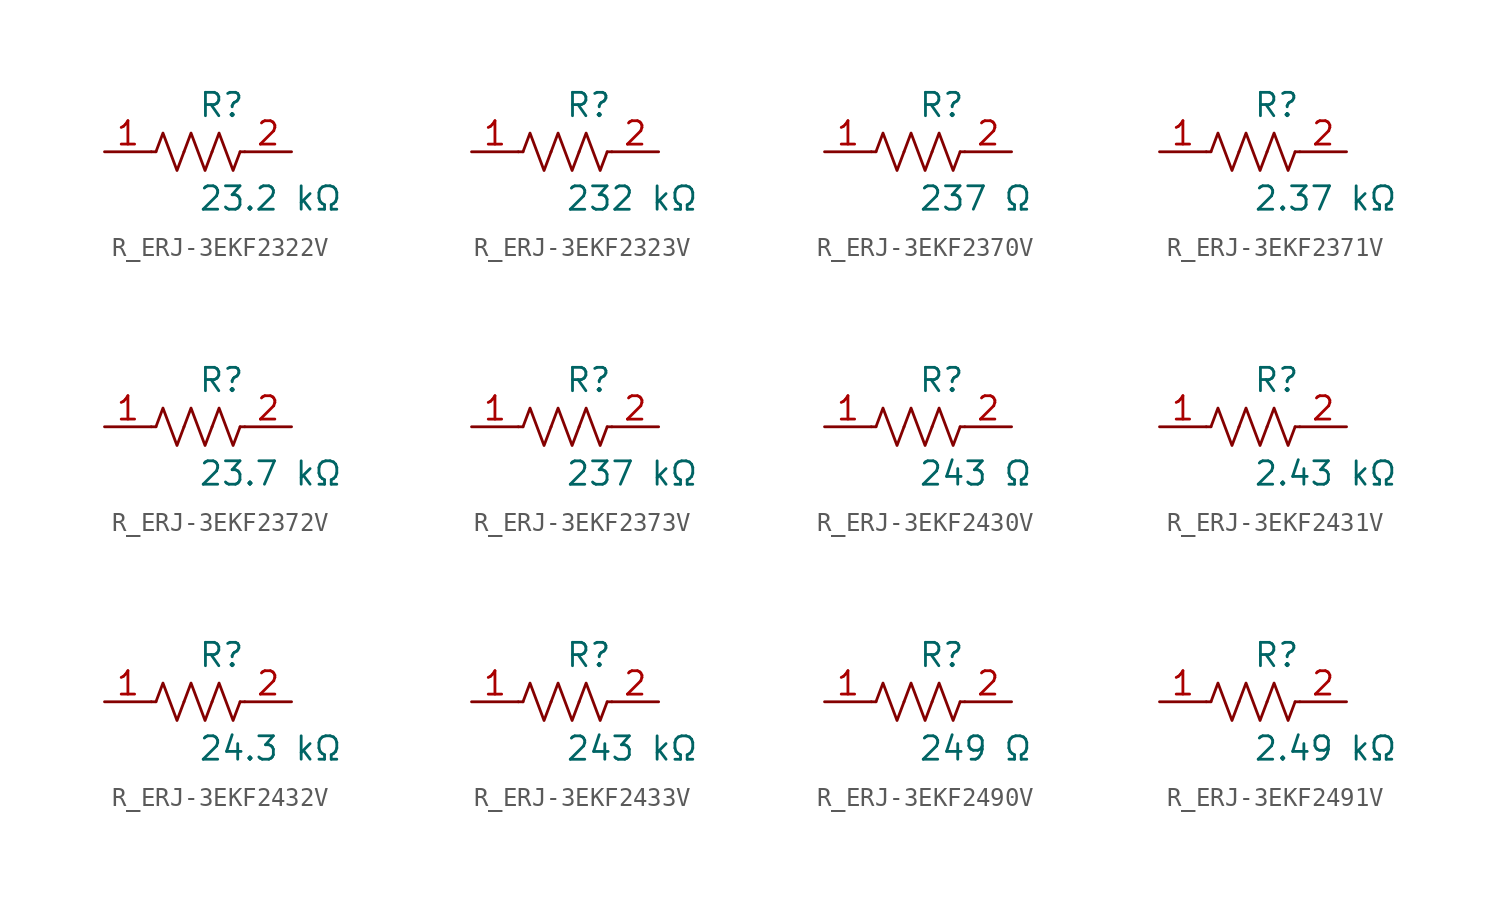
<source format=kicad_sym>
(kicad_symbol_lib
  (version 20231120)
  (generator "kicad_symbol_editor")
  (generator_version "8.0")
  (symbol "R_ERJ-3EKF2322V"
    (pin_names
      (offset 0.254))
    (property "Reference" "R"
      (at 0 2.54 0)
      (effects (font (size 1.27 1.27)) (justify left)))
    (property "Value" "23.2 kΩ"
      (at 0 -2.54 0)
      (effects (font (size 1.27 1.27)) (justify left)))
    (symbol "R_ERJ-3EKF2322V_0_1"
      (polyline (pts (xy 2.286 0) (xy 2.54 0)) (stroke (width 0) (type default)) (fill (type none)))
      (polyline (pts (xy -2.286 0) (xy -2.54 0)) (stroke (width 0) (type default)) (fill (type none)))
      (polyline (pts (xy 0.762 0) (xy 1.143 1.016) (xy 1.524 0) (xy 1.905 -1.016) (xy 2.286 0)) (stroke (width 0) (type default)) (fill (type none)))
      (polyline (pts (xy -0.762 0) (xy -0.381 1.016) (xy 0 0) (xy 0.381 -1.016) (xy 0.762 0)) (stroke (width 0) (type default)) (fill (type none)))
      (polyline (pts (xy -2.286 0) (xy -1.905 1.016) (xy -1.524 0) (xy -1.143 -1.016) (xy -0.762 0)) (stroke (width 0) (type default)) (fill (type none))))
    (pin unspecified line
      (at -5.08 0 0)
      (length 2.54)
      (name "" (effects (font (size 1.27 1.27))))
      (number "1" (effects (font (size 1.27 1.27)))))
    (pin unspecified line
      (at 5.08 0 180)
      (length 2.54)
      (name "" (effects (font (size 1.27 1.27))))
      (number "2" (effects (font (size 1.27 1.27))))))
  (symbol "R_ERJ-3EKF2323V"
    (pin_names
      (offset 0.254))
    (property "Reference" "R"
      (at 0 2.54 0)
      (effects (font (size 1.27 1.27)) (justify left)))
    (property "Value" "232 kΩ"
      (at 0 -2.54 0)
      (effects (font (size 1.27 1.27)) (justify left)))
    (symbol "R_ERJ-3EKF2323V_0_1"
      (polyline (pts (xy 2.286 0) (xy 2.54 0)) (stroke (width 0) (type default)) (fill (type none)))
      (polyline (pts (xy -2.286 0) (xy -2.54 0)) (stroke (width 0) (type default)) (fill (type none)))
      (polyline (pts (xy 0.762 0) (xy 1.143 1.016) (xy 1.524 0) (xy 1.905 -1.016) (xy 2.286 0)) (stroke (width 0) (type default)) (fill (type none)))
      (polyline (pts (xy -0.762 0) (xy -0.381 1.016) (xy 0 0) (xy 0.381 -1.016) (xy 0.762 0)) (stroke (width 0) (type default)) (fill (type none)))
      (polyline (pts (xy -2.286 0) (xy -1.905 1.016) (xy -1.524 0) (xy -1.143 -1.016) (xy -0.762 0)) (stroke (width 0) (type default)) (fill (type none))))
    (pin unspecified line
      (at -5.08 0 0)
      (length 2.54)
      (name "" (effects (font (size 1.27 1.27))))
      (number "1" (effects (font (size 1.27 1.27)))))
    (pin unspecified line
      (at 5.08 0 180)
      (length 2.54)
      (name "" (effects (font (size 1.27 1.27))))
      (number "2" (effects (font (size 1.27 1.27))))))
  (symbol "R_ERJ-3EKF2370V"
    (pin_names
      (offset 0.254))
    (property "Reference" "R"
      (at 0 2.54 0)
      (effects (font (size 1.27 1.27)) (justify left)))
    (property "Value" "237 Ω"
      (at 0 -2.54 0)
      (effects (font (size 1.27 1.27)) (justify left)))
    (symbol "R_ERJ-3EKF2370V_0_1"
      (polyline (pts (xy 2.286 0) (xy 2.54 0)) (stroke (width 0) (type default)) (fill (type none)))
      (polyline (pts (xy -2.286 0) (xy -2.54 0)) (stroke (width 0) (type default)) (fill (type none)))
      (polyline (pts (xy 0.762 0) (xy 1.143 1.016) (xy 1.524 0) (xy 1.905 -1.016) (xy 2.286 0)) (stroke (width 0) (type default)) (fill (type none)))
      (polyline (pts (xy -0.762 0) (xy -0.381 1.016) (xy 0 0) (xy 0.381 -1.016) (xy 0.762 0)) (stroke (width 0) (type default)) (fill (type none)))
      (polyline (pts (xy -2.286 0) (xy -1.905 1.016) (xy -1.524 0) (xy -1.143 -1.016) (xy -0.762 0)) (stroke (width 0) (type default)) (fill (type none))))
    (pin unspecified line
      (at -5.08 0 0)
      (length 2.54)
      (name "" (effects (font (size 1.27 1.27))))
      (number "1" (effects (font (size 1.27 1.27)))))
    (pin unspecified line
      (at 5.08 0 180)
      (length 2.54)
      (name "" (effects (font (size 1.27 1.27))))
      (number "2" (effects (font (size 1.27 1.27))))))
  (symbol "R_ERJ-3EKF2371V"
    (pin_names
      (offset 0.254))
    (property "Reference" "R"
      (at 0 2.54 0)
      (effects (font (size 1.27 1.27)) (justify left)))
    (property "Value" "2.37 kΩ"
      (at 0 -2.54 0)
      (effects (font (size 1.27 1.27)) (justify left)))
    (symbol "R_ERJ-3EKF2371V_0_1"
      (polyline (pts (xy 2.286 0) (xy 2.54 0)) (stroke (width 0) (type default)) (fill (type none)))
      (polyline (pts (xy -2.286 0) (xy -2.54 0)) (stroke (width 0) (type default)) (fill (type none)))
      (polyline (pts (xy 0.762 0) (xy 1.143 1.016) (xy 1.524 0) (xy 1.905 -1.016) (xy 2.286 0)) (stroke (width 0) (type default)) (fill (type none)))
      (polyline (pts (xy -0.762 0) (xy -0.381 1.016) (xy 0 0) (xy 0.381 -1.016) (xy 0.762 0)) (stroke (width 0) (type default)) (fill (type none)))
      (polyline (pts (xy -2.286 0) (xy -1.905 1.016) (xy -1.524 0) (xy -1.143 -1.016) (xy -0.762 0)) (stroke (width 0) (type default)) (fill (type none))))
    (pin unspecified line
      (at -5.08 0 0)
      (length 2.54)
      (name "" (effects (font (size 1.27 1.27))))
      (number "1" (effects (font (size 1.27 1.27)))))
    (pin unspecified line
      (at 5.08 0 180)
      (length 2.54)
      (name "" (effects (font (size 1.27 1.27))))
      (number "2" (effects (font (size 1.27 1.27))))))
  (symbol "R_ERJ-3EKF2372V"
    (pin_names
      (offset 0.254))
    (property "Reference" "R"
      (at 0 2.54 0)
      (effects (font (size 1.27 1.27)) (justify left)))
    (property "Value" "23.7 kΩ"
      (at 0 -2.54 0)
      (effects (font (size 1.27 1.27)) (justify left)))
    (symbol "R_ERJ-3EKF2372V_0_1"
      (polyline (pts (xy 2.286 0) (xy 2.54 0)) (stroke (width 0) (type default)) (fill (type none)))
      (polyline (pts (xy -2.286 0) (xy -2.54 0)) (stroke (width 0) (type default)) (fill (type none)))
      (polyline (pts (xy 0.762 0) (xy 1.143 1.016) (xy 1.524 0) (xy 1.905 -1.016) (xy 2.286 0)) (stroke (width 0) (type default)) (fill (type none)))
      (polyline (pts (xy -0.762 0) (xy -0.381 1.016) (xy 0 0) (xy 0.381 -1.016) (xy 0.762 0)) (stroke (width 0) (type default)) (fill (type none)))
      (polyline (pts (xy -2.286 0) (xy -1.905 1.016) (xy -1.524 0) (xy -1.143 -1.016) (xy -0.762 0)) (stroke (width 0) (type default)) (fill (type none))))
    (pin unspecified line
      (at -5.08 0 0)
      (length 2.54)
      (name "" (effects (font (size 1.27 1.27))))
      (number "1" (effects (font (size 1.27 1.27)))))
    (pin unspecified line
      (at 5.08 0 180)
      (length 2.54)
      (name "" (effects (font (size 1.27 1.27))))
      (number "2" (effects (font (size 1.27 1.27))))))
  (symbol "R_ERJ-3EKF2373V"
    (pin_names
      (offset 0.254))
    (property "Reference" "R"
      (at 0 2.54 0)
      (effects (font (size 1.27 1.27)) (justify left)))
    (property "Value" "237 kΩ"
      (at 0 -2.54 0)
      (effects (font (size 1.27 1.27)) (justify left)))
    (symbol "R_ERJ-3EKF2373V_0_1"
      (polyline (pts (xy 2.286 0) (xy 2.54 0)) (stroke (width 0) (type default)) (fill (type none)))
      (polyline (pts (xy -2.286 0) (xy -2.54 0)) (stroke (width 0) (type default)) (fill (type none)))
      (polyline (pts (xy 0.762 0) (xy 1.143 1.016) (xy 1.524 0) (xy 1.905 -1.016) (xy 2.286 0)) (stroke (width 0) (type default)) (fill (type none)))
      (polyline (pts (xy -0.762 0) (xy -0.381 1.016) (xy 0 0) (xy 0.381 -1.016) (xy 0.762 0)) (stroke (width 0) (type default)) (fill (type none)))
      (polyline (pts (xy -2.286 0) (xy -1.905 1.016) (xy -1.524 0) (xy -1.143 -1.016) (xy -0.762 0)) (stroke (width 0) (type default)) (fill (type none))))
    (pin unspecified line
      (at -5.08 0 0)
      (length 2.54)
      (name "" (effects (font (size 1.27 1.27))))
      (number "1" (effects (font (size 1.27 1.27)))))
    (pin unspecified line
      (at 5.08 0 180)
      (length 2.54)
      (name "" (effects (font (size 1.27 1.27))))
      (number "2" (effects (font (size 1.27 1.27))))))
  (symbol "R_ERJ-3EKF2430V"
    (pin_names
      (offset 0.254))
    (property "Reference" "R"
      (at 0 2.54 0)
      (effects (font (size 1.27 1.27)) (justify left)))
    (property "Value" "243 Ω"
      (at 0 -2.54 0)
      (effects (font (size 1.27 1.27)) (justify left)))
    (symbol "R_ERJ-3EKF2430V_0_1"
      (polyline (pts (xy 2.286 0) (xy 2.54 0)) (stroke (width 0) (type default)) (fill (type none)))
      (polyline (pts (xy -2.286 0) (xy -2.54 0)) (stroke (width 0) (type default)) (fill (type none)))
      (polyline (pts (xy 0.762 0) (xy 1.143 1.016) (xy 1.524 0) (xy 1.905 -1.016) (xy 2.286 0)) (stroke (width 0) (type default)) (fill (type none)))
      (polyline (pts (xy -0.762 0) (xy -0.381 1.016) (xy 0 0) (xy 0.381 -1.016) (xy 0.762 0)) (stroke (width 0) (type default)) (fill (type none)))
      (polyline (pts (xy -2.286 0) (xy -1.905 1.016) (xy -1.524 0) (xy -1.143 -1.016) (xy -0.762 0)) (stroke (width 0) (type default)) (fill (type none))))
    (pin unspecified line
      (at -5.08 0 0)
      (length 2.54)
      (name "" (effects (font (size 1.27 1.27))))
      (number "1" (effects (font (size 1.27 1.27)))))
    (pin unspecified line
      (at 5.08 0 180)
      (length 2.54)
      (name "" (effects (font (size 1.27 1.27))))
      (number "2" (effects (font (size 1.27 1.27))))))
  (symbol "R_ERJ-3EKF2431V"
    (pin_names
      (offset 0.254))
    (property "Reference" "R"
      (at 0 2.54 0)
      (effects (font (size 1.27 1.27)) (justify left)))
    (property "Value" "2.43 kΩ"
      (at 0 -2.54 0)
      (effects (font (size 1.27 1.27)) (justify left)))
    (symbol "R_ERJ-3EKF2431V_0_1"
      (polyline (pts (xy 2.286 0) (xy 2.54 0)) (stroke (width 0) (type default)) (fill (type none)))
      (polyline (pts (xy -2.286 0) (xy -2.54 0)) (stroke (width 0) (type default)) (fill (type none)))
      (polyline (pts (xy 0.762 0) (xy 1.143 1.016) (xy 1.524 0) (xy 1.905 -1.016) (xy 2.286 0)) (stroke (width 0) (type default)) (fill (type none)))
      (polyline (pts (xy -0.762 0) (xy -0.381 1.016) (xy 0 0) (xy 0.381 -1.016) (xy 0.762 0)) (stroke (width 0) (type default)) (fill (type none)))
      (polyline (pts (xy -2.286 0) (xy -1.905 1.016) (xy -1.524 0) (xy -1.143 -1.016) (xy -0.762 0)) (stroke (width 0) (type default)) (fill (type none))))
    (pin unspecified line
      (at -5.08 0 0)
      (length 2.54)
      (name "" (effects (font (size 1.27 1.27))))
      (number "1" (effects (font (size 1.27 1.27)))))
    (pin unspecified line
      (at 5.08 0 180)
      (length 2.54)
      (name "" (effects (font (size 1.27 1.27))))
      (number "2" (effects (font (size 1.27 1.27))))))
  (symbol "R_ERJ-3EKF2432V"
    (pin_names
      (offset 0.254))
    (property "Reference" "R"
      (at 0 2.54 0)
      (effects (font (size 1.27 1.27)) (justify left)))
    (property "Value" "24.3 kΩ"
      (at 0 -2.54 0)
      (effects (font (size 1.27 1.27)) (justify left)))
    (symbol "R_ERJ-3EKF2432V_0_1"
      (polyline (pts (xy 2.286 0) (xy 2.54 0)) (stroke (width 0) (type default)) (fill (type none)))
      (polyline (pts (xy -2.286 0) (xy -2.54 0)) (stroke (width 0) (type default)) (fill (type none)))
      (polyline (pts (xy 0.762 0) (xy 1.143 1.016) (xy 1.524 0) (xy 1.905 -1.016) (xy 2.286 0)) (stroke (width 0) (type default)) (fill (type none)))
      (polyline (pts (xy -0.762 0) (xy -0.381 1.016) (xy 0 0) (xy 0.381 -1.016) (xy 0.762 0)) (stroke (width 0) (type default)) (fill (type none)))
      (polyline (pts (xy -2.286 0) (xy -1.905 1.016) (xy -1.524 0) (xy -1.143 -1.016) (xy -0.762 0)) (stroke (width 0) (type default)) (fill (type none))))
    (pin unspecified line
      (at -5.08 0 0)
      (length 2.54)
      (name "" (effects (font (size 1.27 1.27))))
      (number "1" (effects (font (size 1.27 1.27)))))
    (pin unspecified line
      (at 5.08 0 180)
      (length 2.54)
      (name "" (effects (font (size 1.27 1.27))))
      (number "2" (effects (font (size 1.27 1.27))))))
  (symbol "R_ERJ-3EKF2433V"
    (pin_names
      (offset 0.254))
    (property "Reference" "R"
      (at 0 2.54 0)
      (effects (font (size 1.27 1.27)) (justify left)))
    (property "Value" "243 kΩ"
      (at 0 -2.54 0)
      (effects (font (size 1.27 1.27)) (justify left)))
    (symbol "R_ERJ-3EKF2433V_0_1"
      (polyline (pts (xy 2.286 0) (xy 2.54 0)) (stroke (width 0) (type default)) (fill (type none)))
      (polyline (pts (xy -2.286 0) (xy -2.54 0)) (stroke (width 0) (type default)) (fill (type none)))
      (polyline (pts (xy 0.762 0) (xy 1.143 1.016) (xy 1.524 0) (xy 1.905 -1.016) (xy 2.286 0)) (stroke (width 0) (type default)) (fill (type none)))
      (polyline (pts (xy -0.762 0) (xy -0.381 1.016) (xy 0 0) (xy 0.381 -1.016) (xy 0.762 0)) (stroke (width 0) (type default)) (fill (type none)))
      (polyline (pts (xy -2.286 0) (xy -1.905 1.016) (xy -1.524 0) (xy -1.143 -1.016) (xy -0.762 0)) (stroke (width 0) (type default)) (fill (type none))))
    (pin unspecified line
      (at -5.08 0 0)
      (length 2.54)
      (name "" (effects (font (size 1.27 1.27))))
      (number "1" (effects (font (size 1.27 1.27)))))
    (pin unspecified line
      (at 5.08 0 180)
      (length 2.54)
      (name "" (effects (font (size 1.27 1.27))))
      (number "2" (effects (font (size 1.27 1.27))))))
  (symbol "R_ERJ-3EKF2490V"
    (pin_names
      (offset 0.254))
    (property "Reference" "R"
      (at 0 2.54 0)
      (effects (font (size 1.27 1.27)) (justify left)))
    (property "Value" "249 Ω"
      (at 0 -2.54 0)
      (effects (font (size 1.27 1.27)) (justify left)))
    (symbol "R_ERJ-3EKF2490V_0_1"
      (polyline (pts (xy 2.286 0) (xy 2.54 0)) (stroke (width 0) (type default)) (fill (type none)))
      (polyline (pts (xy -2.286 0) (xy -2.54 0)) (stroke (width 0) (type default)) (fill (type none)))
      (polyline (pts (xy 0.762 0) (xy 1.143 1.016) (xy 1.524 0) (xy 1.905 -1.016) (xy 2.286 0)) (stroke (width 0) (type default)) (fill (type none)))
      (polyline (pts (xy -0.762 0) (xy -0.381 1.016) (xy 0 0) (xy 0.381 -1.016) (xy 0.762 0)) (stroke (width 0) (type default)) (fill (type none)))
      (polyline (pts (xy -2.286 0) (xy -1.905 1.016) (xy -1.524 0) (xy -1.143 -1.016) (xy -0.762 0)) (stroke (width 0) (type default)) (fill (type none))))
    (pin unspecified line
      (at -5.08 0 0)
      (length 2.54)
      (name "" (effects (font (size 1.27 1.27))))
      (number "1" (effects (font (size 1.27 1.27)))))
    (pin unspecified line
      (at 5.08 0 180)
      (length 2.54)
      (name "" (effects (font (size 1.27 1.27))))
      (number "2" (effects (font (size 1.27 1.27))))))
  (symbol "R_ERJ-3EKF2491V"
    (pin_names
      (offset 0.254))
    (property "Reference" "R"
      (at 0 2.54 0)
      (effects (font (size 1.27 1.27)) (justify left)))
    (property "Value" "2.49 kΩ"
      (at 0 -2.54 0)
      (effects (font (size 1.27 1.27)) (justify left)))
    (symbol "R_ERJ-3EKF2491V_0_1"
      (polyline (pts (xy 2.286 0) (xy 2.54 0)) (stroke (width 0) (type default)) (fill (type none)))
      (polyline (pts (xy -2.286 0) (xy -2.54 0)) (stroke (width 0) (type default)) (fill (type none)))
      (polyline (pts (xy 0.762 0) (xy 1.143 1.016) (xy 1.524 0) (xy 1.905 -1.016) (xy 2.286 0)) (stroke (width 0) (type default)) (fill (type none)))
      (polyline (pts (xy -0.762 0) (xy -0.381 1.016) (xy 0 0) (xy 0.381 -1.016) (xy 0.762 0)) (stroke (width 0) (type default)) (fill (type none)))
      (polyline (pts (xy -2.286 0) (xy -1.905 1.016) (xy -1.524 0) (xy -1.143 -1.016) (xy -0.762 0)) (stroke (width 0) (type default)) (fill (type none))))
    (pin unspecified line
      (at -5.08 0 0)
      (length 2.54)
      (name "" (effects (font (size 1.27 1.27))))
      (number "1" (effects (font (size 1.27 1.27)))))
    (pin unspecified line
      (at 5.08 0 180)
      (length 2.54)
      (name "" (effects (font (size 1.27 1.27))))
      (number "2" (effects (font (size 1.27 1.27)))))))
</source>
